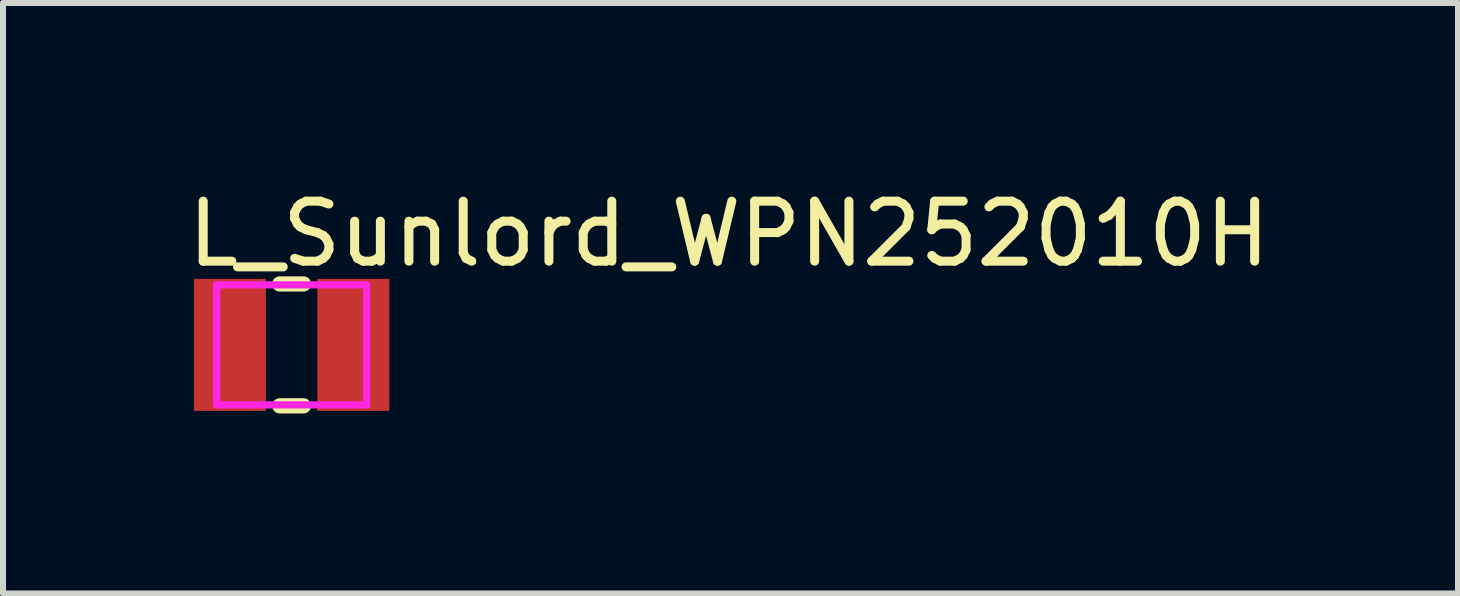
<source format=kicad_pcb>
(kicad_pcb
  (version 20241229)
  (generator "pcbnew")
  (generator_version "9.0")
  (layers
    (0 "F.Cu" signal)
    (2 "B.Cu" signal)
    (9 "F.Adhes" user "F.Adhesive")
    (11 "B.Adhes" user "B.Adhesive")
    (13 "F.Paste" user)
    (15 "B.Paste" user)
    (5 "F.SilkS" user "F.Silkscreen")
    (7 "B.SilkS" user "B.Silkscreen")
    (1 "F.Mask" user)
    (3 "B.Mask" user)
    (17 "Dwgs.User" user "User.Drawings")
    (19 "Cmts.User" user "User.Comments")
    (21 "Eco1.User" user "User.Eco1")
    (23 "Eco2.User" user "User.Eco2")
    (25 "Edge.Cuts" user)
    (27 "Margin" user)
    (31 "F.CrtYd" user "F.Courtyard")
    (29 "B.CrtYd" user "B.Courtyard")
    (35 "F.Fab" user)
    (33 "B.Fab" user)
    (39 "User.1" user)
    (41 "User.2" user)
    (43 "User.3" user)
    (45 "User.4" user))
  (footprint "L_Sunlord_WPN252010H"
    (layer "F.Cu")
    (at 1.81 2.698)
    (property "Reference" "L_Sunlord_WPN252010H" (at -1.81 -1.85 0) (layer "F.SilkS") (effects (font (size 1 1) (thickness 0.15)) (justify left)))
    (attr through_hole)
    (fp_line (start -0.197 1.016) (end 0.197 1.016) (stroke (width 0.254) (type solid)) (layer "F.SilkS"))
    (fp_line (start 0.197 -1.016) (end -0.197 -1.016) (stroke (width 0.254) (type solid)) (layer "F.SilkS"))
    (fp_circle (center -1.22 0.97) (end -1.19 0.97) (stroke (width 0.06) (type solid)) (fill no) (layer "Eco2.User"))
    (fp_poly (pts (xy -1.25 -1) (xy -0.45 -1) (xy -0.45 1) (xy -1.25 1)) (stroke (width 0.12) (type solid)) (fill no) (layer "Eco2.User"))
    (fp_poly (pts (xy 0.45 -1) (xy 1.25 -1) (xy 1.25 1) (xy 0.45 1)) (stroke (width 0.12) (type solid)) (fill no) (layer "Eco2.User"))
    (fp_line (start -1.25 -1) (end 1.25 -1) (stroke (width 0.12) (type solid)) (layer "F.CrtYd"))
    (fp_line (start -1.25 1) (end -1.25 -1) (stroke (width 0.12) (type solid)) (layer "F.CrtYd"))
    (fp_line (start 1.25 -1) (end 1.25 1) (stroke (width 0.12) (type solid)) (layer "F.CrtYd"))
    (fp_line (start 1.25 1) (end -1.25 1) (stroke (width 0.12) (type solid)) (layer "F.CrtYd"))
    (pad "1" smd rect (at 1.028 0) (size 1.2 2.2) (layers "F.Cu" "F.Mask" "F.Paste"))
    (pad "2" smd rect (at -1.028 0) (size 1.2 2.2) (layers "F.Cu" "F.Mask" "F.Paste")))
  (gr_rect
    (start -3 -3)
    (end 21.25 6.841)
    (stroke (width 0.1) (type default))
    (fill no)
    (layer "Edge.Cuts")))
</source>
